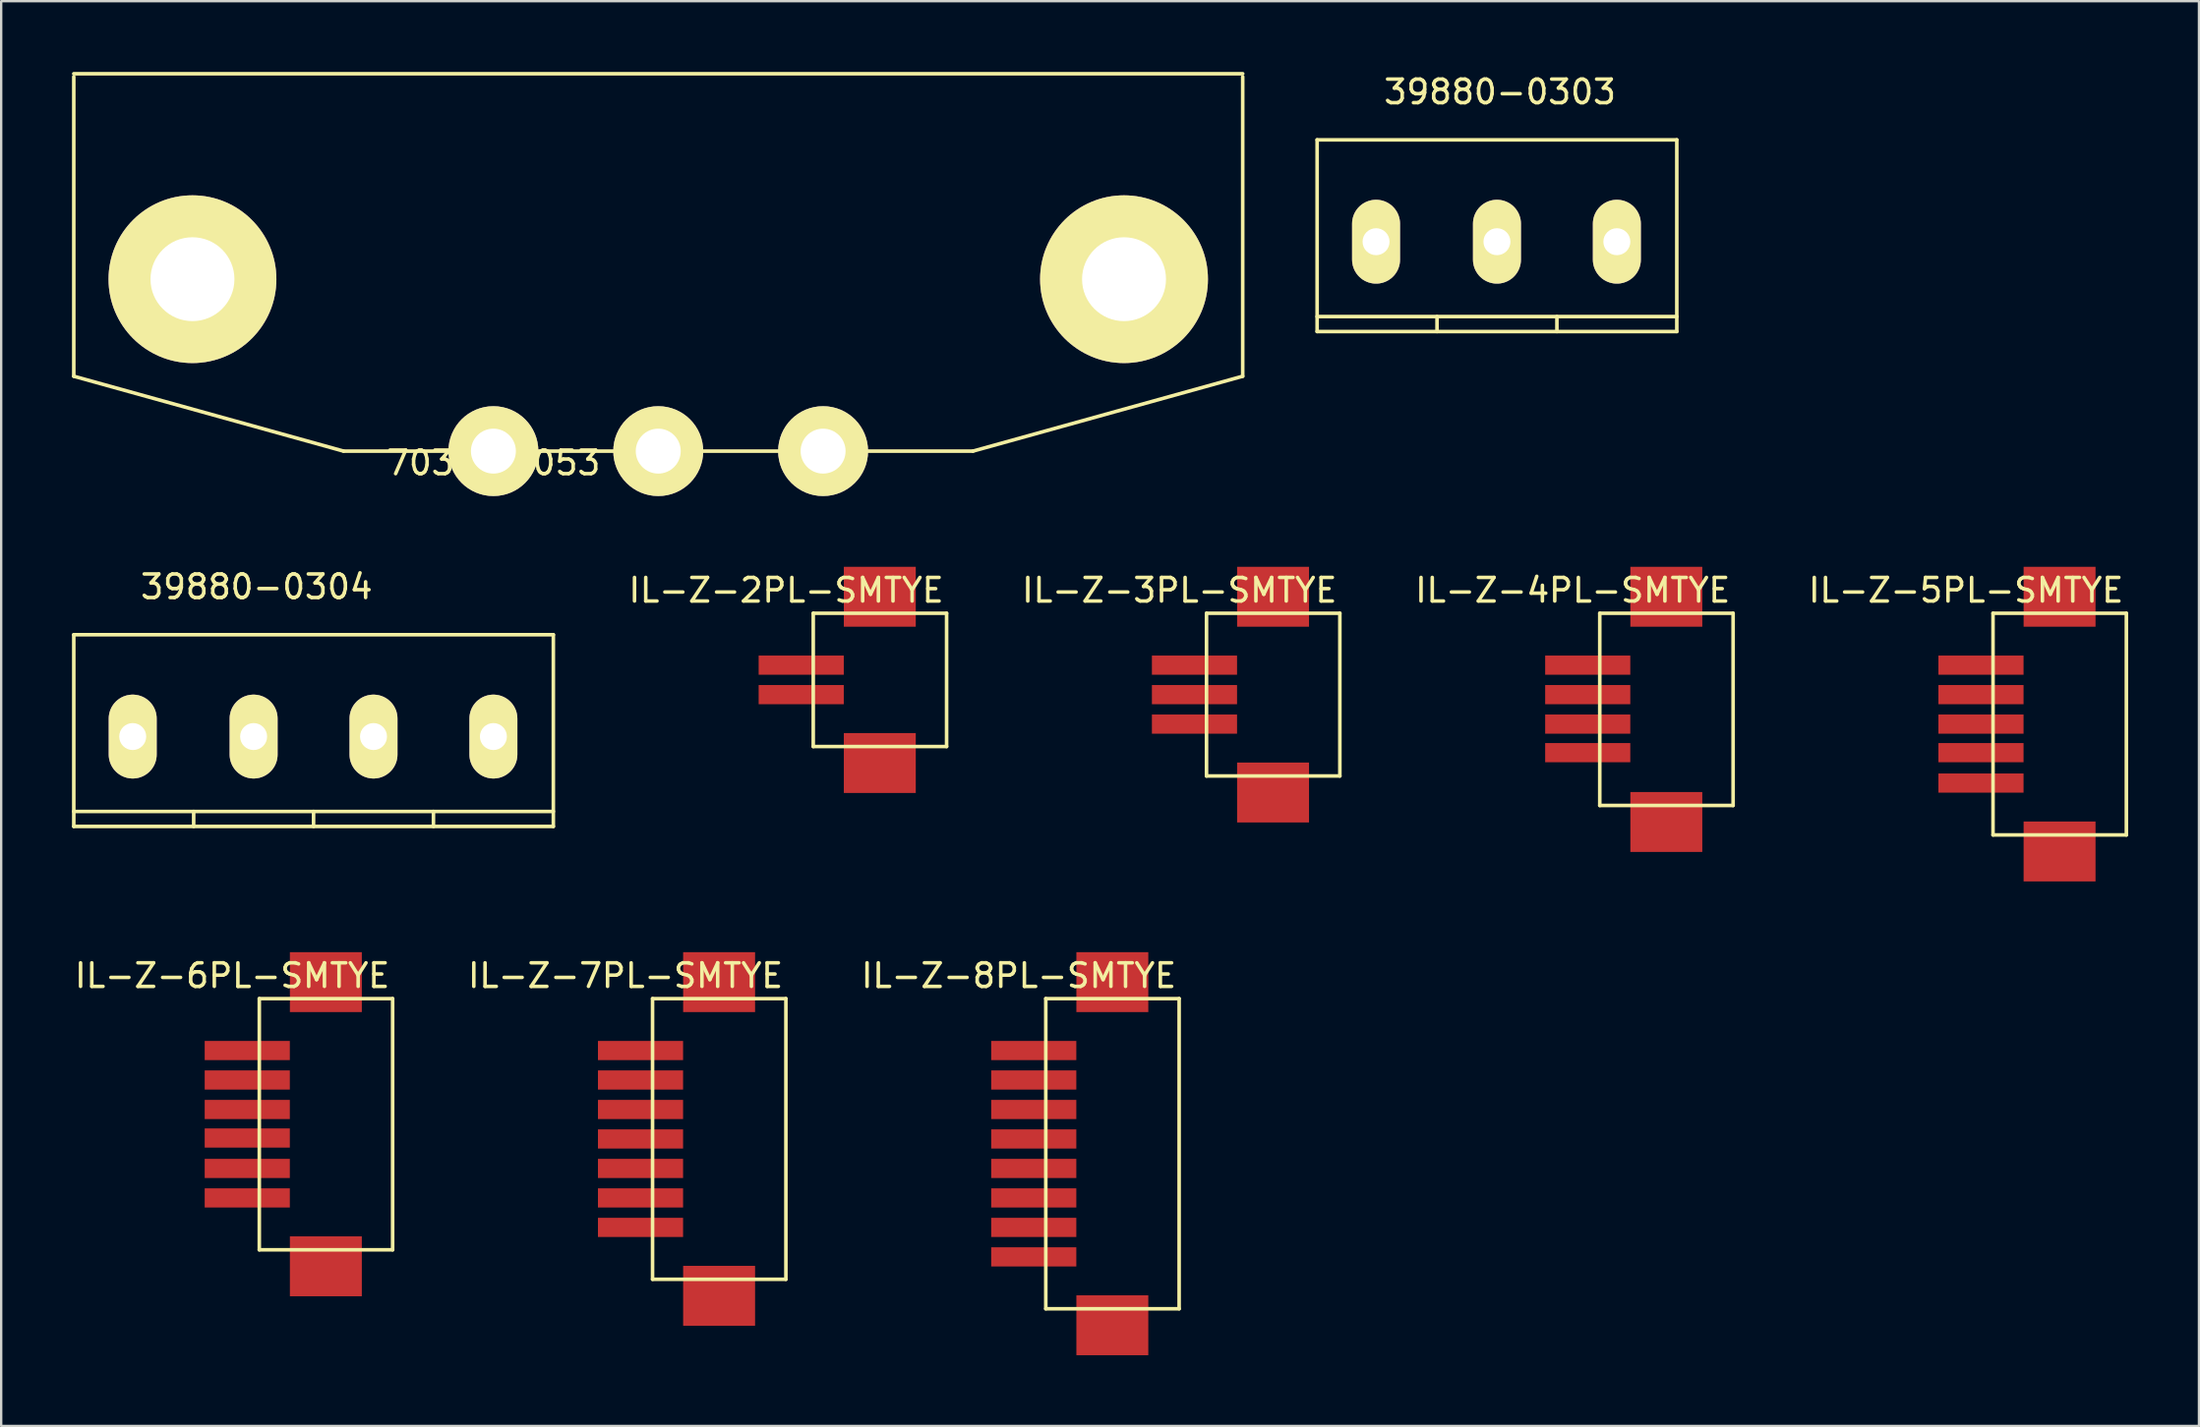
<source format=kicad_pcb>
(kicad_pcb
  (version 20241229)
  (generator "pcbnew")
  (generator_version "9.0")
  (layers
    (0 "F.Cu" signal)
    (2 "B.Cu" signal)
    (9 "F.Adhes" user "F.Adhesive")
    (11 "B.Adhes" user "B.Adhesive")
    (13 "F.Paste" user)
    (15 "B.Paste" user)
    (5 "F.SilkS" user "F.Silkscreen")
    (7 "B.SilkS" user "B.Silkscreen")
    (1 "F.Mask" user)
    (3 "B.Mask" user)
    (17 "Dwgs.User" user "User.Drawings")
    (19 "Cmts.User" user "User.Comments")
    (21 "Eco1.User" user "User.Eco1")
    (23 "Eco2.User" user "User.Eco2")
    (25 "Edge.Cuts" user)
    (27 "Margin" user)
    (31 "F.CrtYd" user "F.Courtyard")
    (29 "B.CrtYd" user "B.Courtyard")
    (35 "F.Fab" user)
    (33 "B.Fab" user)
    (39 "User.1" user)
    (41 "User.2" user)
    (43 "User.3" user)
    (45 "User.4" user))
  (footprint "39880-0303"
    (layer "F.Cu")
    (at 55.299 7.198)
    (property "Reference" "39880-0303" (at 5.207 -6.35 0) (layer "F.SilkS") (effects (font (size 1 1) (thickness 0.15))))
    (attr through_hole)
    (fp_line (start -2.54 -4.318) (end -2.54 3.81) (stroke (width 0.152) (type solid)) (layer "F.SilkS"))
    (fp_line (start -2.54 -4.318) (end 12.7 -4.318) (stroke (width 0.152) (type solid)) (layer "F.SilkS"))
    (fp_line (start -2.54 3.175) (end 12.7 3.175) (stroke (width 0.152) (type solid)) (layer "F.SilkS"))
    (fp_line (start -2.54 3.81) (end 12.7 3.81) (stroke (width 0.152) (type solid)) (layer "F.SilkS"))
    (fp_line (start 2.54 3.175) (end 2.54 3.81) (stroke (width 0.152) (type solid)) (layer "F.SilkS"))
    (fp_line (start 7.62 3.175) (end 7.62 3.81) (stroke (width 0.152) (type solid)) (layer "F.SilkS"))
    (fp_line (start 12.7 -4.318) (end 12.7 3.81) (stroke (width 0.152) (type solid)) (layer "F.SilkS"))
    (pad "1" thru_hole oval (at -0.043 0) (size 2.032 3.556) (drill 1.143) (layers "*.Cu" "*.Mask" "F.SilkS"))
    (pad "2" thru_hole oval (at 5.08 0) (size 2.032 3.556) (drill 1.143) (layers "*.Cu" "*.Mask" "F.SilkS"))
    (pad "3" thru_hole oval (at 10.16 0) (size 2.032 3.556) (drill 1.143) (layers "*.Cu" "*.Mask" "F.SilkS")))
  (footprint "IL-Z-7PL-SMTYE"
    (layer "F.Cu")
    (at 24.09 41.493)
    (property "Reference" "IL-Z-7PL-SMTYE" (at -0.635 -3.175 0) (layer "F.SilkS") (effects (font (size 1 1) (thickness 0.15))))
    (attr through_hole)
    (fp_line (start 0.51 -2.2) (end 6.16 -2.2) (stroke (width 0.152) (type solid)) (layer "F.SilkS"))
    (fp_line (start 0.51 9.7) (end 0.51 -2.2) (stroke (width 0.152) (type solid)) (layer "F.SilkS"))
    (fp_line (start 0.51 9.7) (end 6.16 9.7) (stroke (width 0.152) (type solid)) (layer "F.SilkS"))
    (fp_line (start 6.16 -2.2) (end 6.16 9.7) (stroke (width 0.152) (type solid)) (layer "F.SilkS"))
    (pad "0" smd rect (at 3.33 -2.9) (size 3.048 2.54) (layers "F.Cu" "F.Mask" "F.Paste"))
    (pad "0" smd rect (at 3.33 10.4) (size 3.048 2.54) (layers "F.Cu" "F.Mask" "F.Paste"))
    (pad "1" smd rect (at 0 0) (size 3.607 0.813) (layers "F.Cu" "F.Mask" "F.Paste"))
    (pad "2" smd rect (at 0 1.25) (size 3.607 0.813) (layers "F.Cu" "F.Mask" "F.Paste"))
    (pad "3" smd rect (at 0 2.5) (size 3.607 0.813) (layers "F.Cu" "F.Mask" "F.Paste"))
    (pad "4" smd rect (at 0 3.75) (size 3.607 0.813) (layers "F.Cu" "F.Mask" "F.Paste"))
    (pad "5" smd rect (at 0 5) (size 3.607 0.813) (layers "F.Cu" "F.Mask" "F.Paste"))
    (pad "6" smd rect (at 0 6.25) (size 3.607 0.813) (layers "F.Cu" "F.Mask" "F.Paste"))
    (pad "7" smd rect (at 0 7.5) (size 3.607 0.813) (layers "F.Cu" "F.Mask" "F.Paste")))
  (footprint "IL-Z-6PL-SMTYE"
    (layer "F.Cu")
    (at 7.427 41.493)
    (property "Reference" "IL-Z-6PL-SMTYE" (at -0.635 -3.175 0) (layer "F.SilkS") (effects (font (size 1 1) (thickness 0.15))))
    (attr through_hole)
    (fp_line (start 0.51 -2.2) (end 6.16 -2.2) (stroke (width 0.152) (type solid)) (layer "F.SilkS"))
    (fp_line (start 0.51 8.45) (end 0.51 -2.2) (stroke (width 0.152) (type solid)) (layer "F.SilkS"))
    (fp_line (start 0.51 8.45) (end 6.16 8.45) (stroke (width 0.152) (type solid)) (layer "F.SilkS"))
    (fp_line (start 6.16 -2.2) (end 6.16 8.45) (stroke (width 0.152) (type solid)) (layer "F.SilkS"))
    (pad "0" smd rect (at 3.33 -2.9) (size 3.048 2.54) (layers "F.Cu" "F.Mask" "F.Paste"))
    (pad "0" smd rect (at 3.33 9.15) (size 3.048 2.54) (layers "F.Cu" "F.Mask" "F.Paste"))
    (pad "1" smd rect (at 0 0) (size 3.607 0.813) (layers "F.Cu" "F.Mask" "F.Paste"))
    (pad "2" smd rect (at 0 1.25) (size 3.607 0.813) (layers "F.Cu" "F.Mask" "F.Paste"))
    (pad "3" smd rect (at 0 2.5) (size 3.607 0.813) (layers "F.Cu" "F.Mask" "F.Paste"))
    (pad "4" smd rect (at 0 3.71) (size 3.607 0.813) (layers "F.Cu" "F.Mask" "F.Paste"))
    (pad "5" smd rect (at 0 5) (size 3.607 0.813) (layers "F.Cu" "F.Mask" "F.Paste"))
    (pad "6" smd rect (at 0 6.25) (size 3.607 0.813) (layers "F.Cu" "F.Mask" "F.Paste")))
  (footprint "39880-0304"
    (layer "F.Cu")
    (at 2.616 28.181)
    (property "Reference" "39880-0304" (at 5.207 -6.35 0) (layer "F.SilkS") (effects (font (size 1 1) (thickness 0.15))))
    (attr through_hole)
    (fp_line (start -2.54 -4.318) (end -2.54 3.81) (stroke (width 0.152) (type solid)) (layer "F.SilkS"))
    (fp_line (start -2.54 -4.318) (end 17.78 -4.318) (stroke (width 0.152) (type solid)) (layer "F.SilkS"))
    (fp_line (start -2.54 3.175) (end 17.78 3.175) (stroke (width 0.152) (type solid)) (layer "F.SilkS"))
    (fp_line (start -2.54 3.81) (end 17.78 3.81) (stroke (width 0.152) (type solid)) (layer "F.SilkS"))
    (fp_line (start 2.54 3.175) (end 2.54 3.81) (stroke (width 0.152) (type solid)) (layer "F.SilkS"))
    (fp_line (start 7.62 3.175) (end 7.62 3.81) (stroke (width 0.152) (type solid)) (layer "F.SilkS"))
    (fp_line (start 12.7 3.175) (end 12.7 3.81) (stroke (width 0.152) (type solid)) (layer "F.SilkS"))
    (fp_line (start 17.78 -4.318) (end 17.78 3.81) (stroke (width 0.152) (type solid)) (layer "F.SilkS"))
    (pad "1" thru_hole oval (at -0.043 0) (size 2.032 3.556) (drill 1.143) (layers "*.Cu" "*.Mask" "F.SilkS"))
    (pad "2" thru_hole oval (at 5.08 0) (size 2.032 3.556) (drill 1.143) (layers "*.Cu" "*.Mask" "F.SilkS"))
    (pad "3" thru_hole oval (at 10.16 0) (size 2.032 3.556) (drill 1.143) (layers "*.Cu" "*.Mask" "F.SilkS"))
    (pad "4" thru_hole oval (at 15.24 0) (size 2.032 3.556) (drill 1.143) (layers "*.Cu" "*.Mask" "F.SilkS")))
  (footprint "IL-Z-3PL-SMTYE"
    (layer "F.Cu")
    (at 47.562 25.153)
    (property "Reference" "IL-Z-3PL-SMTYE" (at -0.635 -3.175 0) (layer "F.SilkS") (effects (font (size 1 1) (thickness 0.15))))
    (attr through_hole)
    (fp_line (start 0.51 -2.2) (end 6.16 -2.2) (stroke (width 0.152) (type solid)) (layer "F.SilkS"))
    (fp_line (start 0.51 4.7) (end 0.51 -2.2) (stroke (width 0.152) (type solid)) (layer "F.SilkS"))
    (fp_line (start 0.51 4.7) (end 6.16 4.7) (stroke (width 0.152) (type solid)) (layer "F.SilkS"))
    (fp_line (start 6.16 -2.2) (end 6.16 4.7) (stroke (width 0.152) (type solid)) (layer "F.SilkS"))
    (pad "0" smd rect (at 3.33 -2.9) (size 3.048 2.54) (layers "F.Cu" "F.Mask" "F.Paste"))
    (pad "0" smd rect (at 3.33 5.4) (size 3.048 2.54) (layers "F.Cu" "F.Mask" "F.Paste"))
    (pad "1" smd rect (at 0 0) (size 3.607 0.813) (layers "F.Cu" "F.Mask" "F.Paste"))
    (pad "2" smd rect (at 0 1.25) (size 3.607 0.813) (layers "F.Cu" "F.Mask" "F.Paste"))
    (pad "3" smd rect (at 0 2.5) (size 3.607 0.813) (layers "F.Cu" "F.Mask" "F.Paste")))
  (footprint "IL-Z-5PL-SMTYE"
    (layer "F.Cu")
    (at 80.888 25.153)
    (property "Reference" "IL-Z-5PL-SMTYE" (at -0.635 -3.175 0) (layer "F.SilkS") (effects (font (size 1 1) (thickness 0.15))))
    (attr through_hole)
    (fp_line (start 0.51 -2.2) (end 6.16 -2.2) (stroke (width 0.152) (type solid)) (layer "F.SilkS"))
    (fp_line (start 0.51 7.2) (end 0.51 -2.2) (stroke (width 0.152) (type solid)) (layer "F.SilkS"))
    (fp_line (start 0.51 7.2) (end 6.16 7.2) (stroke (width 0.152) (type solid)) (layer "F.SilkS"))
    (fp_line (start 6.16 -2.2) (end 6.16 7.2) (stroke (width 0.152) (type solid)) (layer "F.SilkS"))
    (pad "0" smd rect (at 3.33 -2.9) (size 3.048 2.54) (layers "F.Cu" "F.Mask" "F.Paste"))
    (pad "0" smd rect (at 3.33 7.9) (size 3.048 2.54) (layers "F.Cu" "F.Mask" "F.Paste"))
    (pad "1" smd rect (at 0 0) (size 3.607 0.813) (layers "F.Cu" "F.Mask" "F.Paste"))
    (pad "2" smd rect (at 0 1.25) (size 3.607 0.813) (layers "F.Cu" "F.Mask" "F.Paste"))
    (pad "3" smd rect (at 0 2.5) (size 3.607 0.813) (layers "F.Cu" "F.Mask" "F.Paste"))
    (pad "4" smd rect (at 0 3.71) (size 3.607 0.813) (layers "F.Cu" "F.Mask" "F.Paste"))
    (pad "5" smd rect (at 0 5) (size 3.607 0.813) (layers "F.Cu" "F.Mask" "F.Paste")))
  (footprint "703W-0053"
    (layer "F.Cu")
    (at 24.841 16.078)
    (property "Reference" "703W-0053" (at -6.985 0.5 0) (layer "F.SilkS") (effects (font (size 1 1) (thickness 0.15))))
    (attr through_hole)
    (fp_line (start -24.765 -16.002) (end 24.765 -16.002) (stroke (width 0.152) (type solid)) (layer "F.SilkS"))
    (fp_line (start -24.765 -3.175) (end -24.765 -15.875) (stroke (width 0.152) (type solid)) (layer "F.SilkS"))
    (fp_line (start -24.765 -3.175) (end -13.335 0) (stroke (width 0.152) (type solid)) (layer "F.SilkS"))
    (fp_line (start -13.335 0) (end 13.335 0) (stroke (width 0.152) (type solid)) (layer "F.SilkS"))
    (fp_line (start 24.765 -3.175) (end 13.335 0) (stroke (width 0.152) (type solid)) (layer "F.SilkS"))
    (fp_line (start 24.765 -3.175) (end 24.765 -15.875) (stroke (width 0.152) (type solid)) (layer "F.SilkS"))
    (pad "1" thru_hole circle (at -6.985 0) (size 3.81 3.81) (drill 1.905) (layers "*.Cu" "*.Mask" "F.SilkS"))
    (pad "2" thru_hole circle (at 0 0) (size 3.81 3.81) (drill 1.905) (layers "*.Cu" "*.Mask" "F.SilkS"))
    (pad "3" thru_hole circle (at 6.985 0) (size 3.81 3.81) (drill 1.905) (layers "*.Cu" "*.Mask" "F.SilkS"))
    (pad "4" thru_hole circle (at -19.736 -7.29) (size 7.112 7.112) (drill 3.556) (layers "*.Cu" "*.Mask" "F.SilkS"))
    (pad "5" thru_hole circle (at 19.736 -7.29) (size 7.112 7.112) (drill 3.556) (layers "*.Cu" "*.Mask" "F.SilkS")))
  (footprint "IL-Z-2PL-SMTYE"
    (layer "F.Cu")
    (at 30.899 25.153)
    (property "Reference" "IL-Z-2PL-SMTYE" (at -0.635 -3.175 0) (layer "F.SilkS") (effects (font (size 1 1) (thickness 0.15))))
    (attr through_hole)
    (fp_line (start 0.51 -2.2) (end 6.16 -2.2) (stroke (width 0.152) (type solid)) (layer "F.SilkS"))
    (fp_line (start 0.51 3.45) (end 0.51 -2.2) (stroke (width 0.152) (type solid)) (layer "F.SilkS"))
    (fp_line (start 0.51 3.45) (end 6.16 3.45) (stroke (width 0.152) (type solid)) (layer "F.SilkS"))
    (fp_line (start 6.16 -2.2) (end 6.16 3.45) (stroke (width 0.152) (type solid)) (layer "F.SilkS"))
    (pad "0" smd rect (at 3.33 -2.9) (size 3.048 2.54) (layers "F.Cu" "F.Mask" "F.Paste"))
    (pad "0" smd rect (at 3.33 4.15) (size 3.048 2.54) (layers "F.Cu" "F.Mask" "F.Paste"))
    (pad "1" smd rect (at 0 0) (size 3.607 0.813) (layers "F.Cu" "F.Mask" "F.Paste"))
    (pad "2" smd rect (at 0 1.25) (size 3.607 0.813) (layers "F.Cu" "F.Mask" "F.Paste")))
  (footprint "IL-Z-8PL-SMTYE"
    (layer "F.Cu")
    (at 40.752 41.493)
    (property "Reference" "IL-Z-8PL-SMTYE" (at -0.635 -3.175 0) (layer "F.SilkS") (effects (font (size 1 1) (thickness 0.15))))
    (attr through_hole)
    (fp_line (start 0.51 -2.2) (end 6.16 -2.2) (stroke (width 0.152) (type solid)) (layer "F.SilkS"))
    (fp_line (start 0.51 10.95) (end 0.51 -2.2) (stroke (width 0.152) (type solid)) (layer "F.SilkS"))
    (fp_line (start 0.51 10.95) (end 6.16 10.95) (stroke (width 0.152) (type solid)) (layer "F.SilkS"))
    (fp_line (start 6.16 -2.2) (end 6.16 10.95) (stroke (width 0.152) (type solid)) (layer "F.SilkS"))
    (pad "0" smd rect (at 3.33 -2.9) (size 3.048 2.54) (layers "F.Cu" "F.Mask" "F.Paste"))
    (pad "0" smd rect (at 3.33 11.65) (size 3.048 2.54) (layers "F.Cu" "F.Mask" "F.Paste"))
    (pad "1" smd rect (at 0 0) (size 3.607 0.813) (layers "F.Cu" "F.Mask" "F.Paste"))
    (pad "2" smd rect (at 0 1.25) (size 3.607 0.813) (layers "F.Cu" "F.Mask" "F.Paste"))
    (pad "3" smd rect (at 0 2.5) (size 3.607 0.813) (layers "F.Cu" "F.Mask" "F.Paste"))
    (pad "4" smd rect (at 0 3.75) (size 3.607 0.813) (layers "F.Cu" "F.Mask" "F.Paste"))
    (pad "5" smd rect (at 0 5) (size 3.607 0.813) (layers "F.Cu" "F.Mask" "F.Paste"))
    (pad "6" smd rect (at 0 6.25) (size 3.607 0.813) (layers "F.Cu" "F.Mask" "F.Paste"))
    (pad "7" smd rect (at 0 7.5) (size 3.607 0.813) (layers "F.Cu" "F.Mask" "F.Paste"))
    (pad "8" smd rect (at 0 8.75) (size 3.607 0.813) (layers "F.Cu" "F.Mask" "F.Paste")))
  (footprint "IL-Z-4PL-SMTYE"
    (layer "F.Cu")
    (at 64.225 25.153)
    (property "Reference" "IL-Z-4PL-SMTYE" (at -0.635 -3.175 0) (layer "F.SilkS") (effects (font (size 1 1) (thickness 0.15))))
    (attr through_hole)
    (fp_line (start 0.51 -2.2) (end 6.16 -2.2) (stroke (width 0.152) (type solid)) (layer "F.SilkS"))
    (fp_line (start 0.51 5.95) (end 0.51 -2.2) (stroke (width 0.152) (type solid)) (layer "F.SilkS"))
    (fp_line (start 0.51 5.95) (end 6.16 5.95) (stroke (width 0.152) (type solid)) (layer "F.SilkS"))
    (fp_line (start 6.16 -2.2) (end 6.16 5.95) (stroke (width 0.152) (type solid)) (layer "F.SilkS"))
    (pad "0" smd rect (at 3.33 -2.9) (size 3.048 2.54) (layers "F.Cu" "F.Mask" "F.Paste"))
    (pad "0" smd rect (at 3.33 6.65) (size 3.048 2.54) (layers "F.Cu" "F.Mask" "F.Paste"))
    (pad "1" smd rect (at 0 0) (size 3.607 0.813) (layers "F.Cu" "F.Mask" "F.Paste"))
    (pad "2" smd rect (at 0 1.25) (size 3.607 0.813) (layers "F.Cu" "F.Mask" "F.Paste"))
    (pad "3" smd rect (at 0 2.5) (size 3.607 0.813) (layers "F.Cu" "F.Mask" "F.Paste"))
    (pad "4" smd rect (at 0 3.71) (size 3.607 0.813) (layers "F.Cu" "F.Mask" "F.Paste")))
  (gr_rect
    (start -3 -3)
    (end 90.124 57.413)
    (stroke (width 0.1) (type default))
    (fill no)
    (layer "Edge.Cuts")))
</source>
